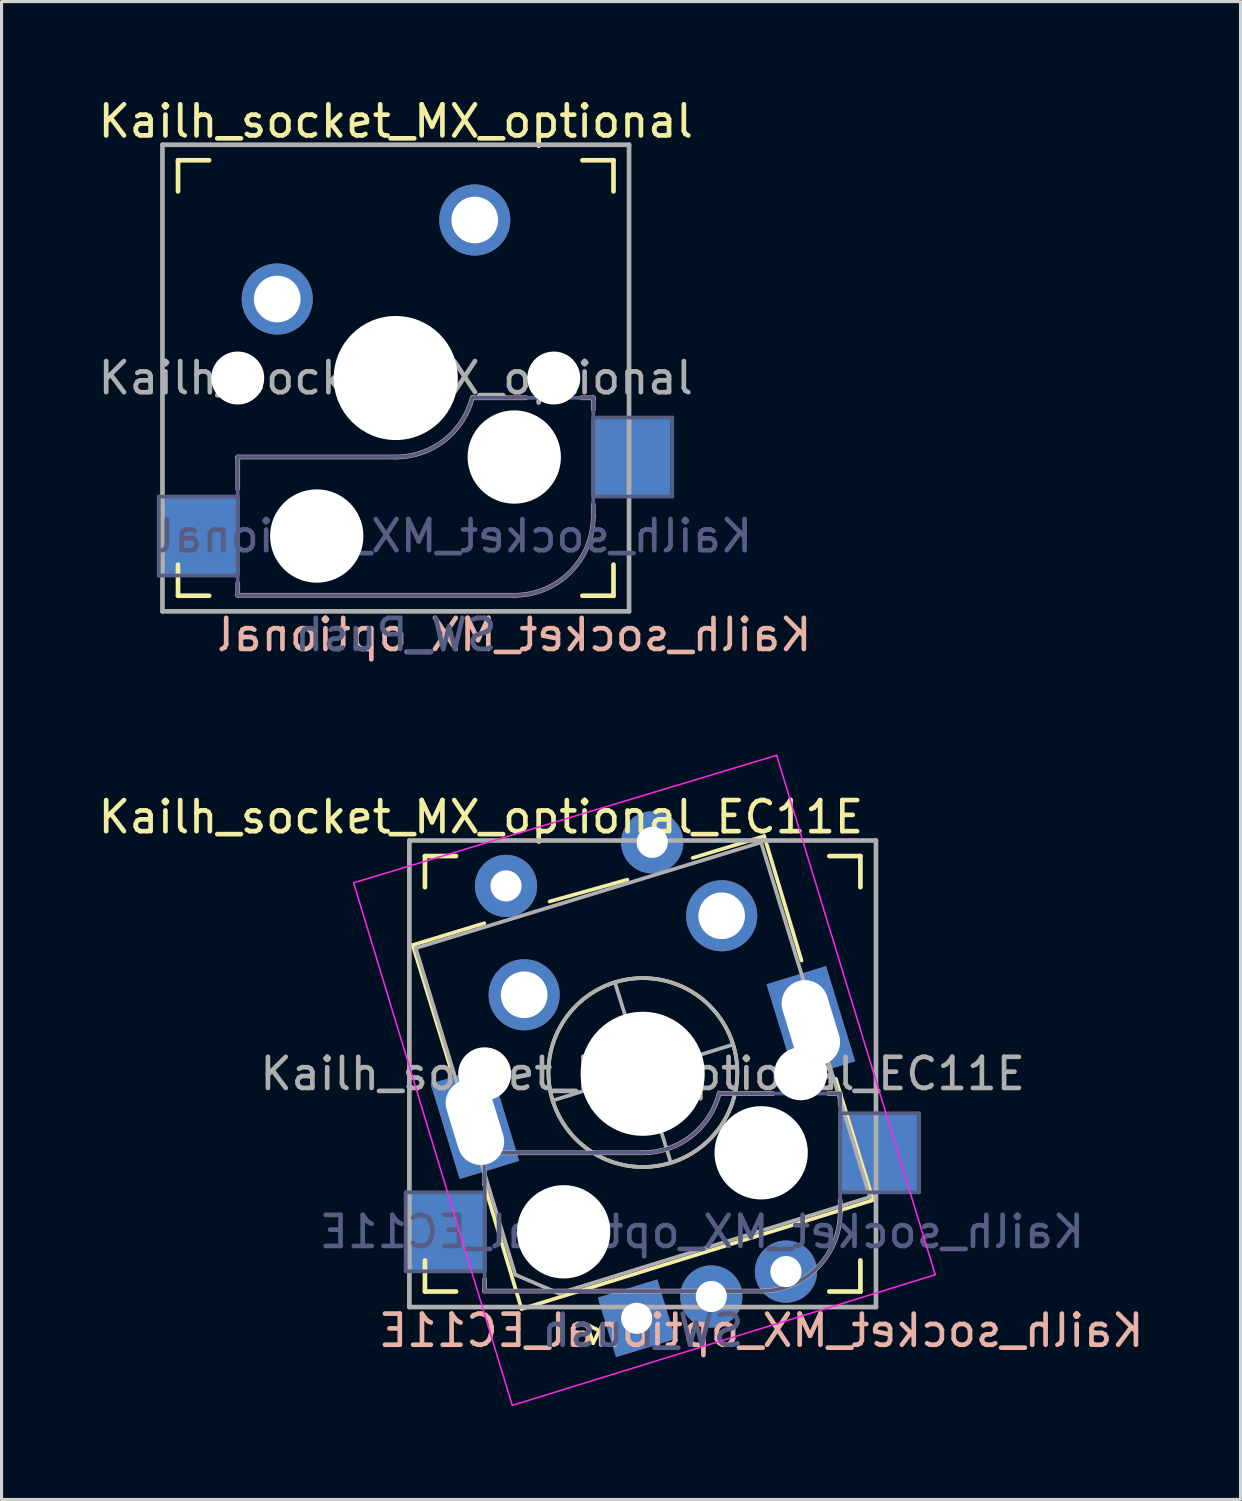
<source format=kicad_pcb>
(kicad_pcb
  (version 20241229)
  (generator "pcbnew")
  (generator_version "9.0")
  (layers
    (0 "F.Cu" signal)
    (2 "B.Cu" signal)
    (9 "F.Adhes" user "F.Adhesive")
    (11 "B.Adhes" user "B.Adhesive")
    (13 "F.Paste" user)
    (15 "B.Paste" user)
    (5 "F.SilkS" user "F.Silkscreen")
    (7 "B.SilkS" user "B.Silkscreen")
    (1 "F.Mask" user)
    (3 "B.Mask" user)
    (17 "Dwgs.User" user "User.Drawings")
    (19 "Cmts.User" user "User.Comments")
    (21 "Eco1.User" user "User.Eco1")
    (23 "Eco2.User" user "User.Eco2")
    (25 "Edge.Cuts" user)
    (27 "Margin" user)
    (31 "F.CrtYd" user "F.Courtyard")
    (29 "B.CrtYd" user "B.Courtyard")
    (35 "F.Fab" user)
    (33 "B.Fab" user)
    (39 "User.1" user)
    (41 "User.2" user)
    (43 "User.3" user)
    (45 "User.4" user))
  (footprint "Kailh_socket_MX_optional_EC11E"
    (layer "F.Cu")
    (at 17.611 31.471)
    (property "Reference" "Kailh_socket_MX_optional_EC11E" (at -5.2 -8.255 0) (layer "F.SilkS") (effects (font (size 1 1) (thickness 0.15))))
    (property "Value" "SW_Push" (at 0 8.255 0) (layer "F.Fab") (hide yes) (effects (font (size 1 1) (thickness 0.15))))
    (attr through_hole)
    (fp_line (start -7.393 -4.14) (end -5.093 -4.84) (stroke (width 0.12) (type solid)) (layer "F.SilkS"))
    (fp_line (start -7 -6) (end -7 -7) (stroke (width 0.15) (type solid)) (layer "F.SilkS"))
    (fp_line (start -7 7) (end -7 6) (stroke (width 0.15) (type solid)) (layer "F.SilkS"))
    (fp_line (start -7 7) (end -6 7) (stroke (width 0.15) (type solid)) (layer "F.SilkS"))
    (fp_line (start -6.193 -0.24) (end -7.393 -4.14) (stroke (width 0.12) (type solid)) (layer "F.SilkS"))
    (fp_line (start -6 -7) (end -7 -7) (stroke (width 0.15) (type solid)) (layer "F.SilkS"))
    (fp_line (start -5.093 3.56) (end -3.893 7.56) (stroke (width 0.12) (type solid)) (layer "F.SilkS"))
    (fp_line (start -3.893 7.56) (end 7.407 4.06) (stroke (width 0.12) (type solid)) (layer "F.SilkS"))
    (fp_line (start -2.993 -5.54) (end -0.493 -6.24) (stroke (width 0.12) (type solid)) (layer "F.SilkS"))
    (fp_line (start -1.793 8.06) (end -1.393 8.26) (stroke (width 0.12) (type solid)) (layer "F.SilkS"))
    (fp_line (start -1.593 8.66) (end -1.793 8.06) (stroke (width 0.12) (type solid)) (layer "F.SilkS"))
    (fp_line (start -1.393 8.26) (end -1.593 8.66) (stroke (width 0.12) (type solid)) (layer "F.SilkS"))
    (fp_line (start -0.493 0.06) (end 0.507 -0.14) (stroke (width 0.12) (type solid)) (layer "F.SilkS"))
    (fp_line (start 0.107 0.46) (end -0.093 -0.54) (stroke (width 0.12) (type solid)) (layer "F.SilkS"))
    (fp_line (start 1.607 -6.94) (end 3.907 -7.64) (stroke (width 0.12) (type solid)) (layer "F.SilkS"))
    (fp_line (start 3.907 -7.64) (end 5.107 -3.64) (stroke (width 0.12) (type solid)) (layer "F.SilkS"))
    (fp_line (start 6 7) (end 7 7) (stroke (width 0.15) (type solid)) (layer "F.SilkS"))
    (fp_line (start 6.207 0.16) (end 7.407 4.06) (stroke (width 0.12) (type solid)) (layer "F.SilkS"))
    (fp_line (start 7 -7) (end 6 -7) (stroke (width 0.15) (type solid)) (layer "F.SilkS"))
    (fp_line (start 7 -7) (end 7 -6) (stroke (width 0.15) (type solid)) (layer "F.SilkS"))
    (fp_line (start 7 6) (end 7 7) (stroke (width 0.15) (type solid)) (layer "F.SilkS"))
    (fp_circle (center 0.007 -0.04) (end -0.893 -2.94) (stroke (width 0.12) (type solid)) (fill no) (layer "F.SilkS"))
    (fp_line (start -5.08 2.54) (end -5.08 3.556) (stroke (width 0.15) (type solid)) (layer "B.SilkS"))
    (fp_line (start -5.08 6.604) (end -5.08 6.985) (stroke (width 0.15) (type solid)) (layer "B.SilkS"))
    (fp_line (start -5.08 6.985) (end 3.81 6.985) (stroke (width 0.15) (type solid)) (layer "B.SilkS"))
    (fp_line (start 0 2.54) (end -5.08 2.54) (stroke (width 0.15) (type solid)) (layer "B.SilkS"))
    (fp_line (start 4.191 0.635) (end 2.54 0.635) (stroke (width 0.15) (type solid)) (layer "B.SilkS"))
    (fp_line (start 6.35 0.635) (end 5.969 0.635) (stroke (width 0.15) (type solid)) (layer "B.SilkS"))
    (fp_line (start 6.35 1.016) (end 6.35 0.635) (stroke (width 0.15) (type solid)) (layer "B.SilkS"))
    (fp_line (start 6.35 4.445) (end 6.35 4.064) (stroke (width 0.15) (type solid)) (layer "B.SilkS"))
    (fp_arc (start 2.464162 0.61604) (mid 1.563147 2.002042) (end 0 2.54) (stroke (width 0.15) (type solid)) (layer "B.SilkS"))
    (fp_arc (start 6.35 4.445) (mid 5.606051 6.241051) (end 3.81 6.985) (stroke (width 0.15) (type solid)) (layer "B.SilkS"))
    (fp_line (start -6.9 6.9) (end -6.9 -6.9) (stroke (width 0.15) (type solid)) (layer "Eco2.User"))
    (fp_line (start -6.9 6.9) (end 6.9 6.9) (stroke (width 0.15) (type solid)) (layer "Eco2.User"))
    (fp_line (start 6.9 -6.9) (end -6.9 -6.9) (stroke (width 0.15) (type solid)) (layer "Eco2.User"))
    (fp_line (start 6.9 -6.9) (end 6.9 6.9) (stroke (width 0.15) (type solid)) (layer "Eco2.User"))
    (fp_line (start -4.193 10.66) (end -9.293 -6.14) (stroke (width 0.05) (type solid)) (layer "F.CrtYd"))
    (fp_line (start -4.193 10.66) (end 9.407 6.46) (stroke (width 0.05) (type solid)) (layer "F.CrtYd"))
    (fp_line (start 4.307 -10.24) (end -9.293 -6.14) (stroke (width 0.05) (type solid)) (layer "F.CrtYd"))
    (fp_line (start 4.307 -10.24) (end 9.407 6.46) (stroke (width 0.05) (type solid)) (layer "F.CrtYd"))
    (fp_line (start -7.62 3.81) (end -7.62 6.35) (stroke (width 0.12) (type solid)) (layer "B.Fab"))
    (fp_line (start -7.62 6.35) (end -5.08 6.35) (stroke (width 0.12) (type solid)) (layer "B.Fab"))
    (fp_line (start -5.08 2.54) (end -5.08 6.985) (stroke (width 0.12) (type solid)) (layer "B.Fab"))
    (fp_line (start -5.08 3.81) (end -7.62 3.81) (stroke (width 0.12) (type solid)) (layer "B.Fab"))
    (fp_line (start -5.08 6.985) (end 3.81 6.985) (stroke (width 0.12) (type solid)) (layer "B.Fab"))
    (fp_line (start 0 2.54) (end -5.08 2.54) (stroke (width 0.12) (type solid)) (layer "B.Fab"))
    (fp_line (start 6.35 0.635) (end 2.54 0.635) (stroke (width 0.12) (type solid)) (layer "B.Fab"))
    (fp_line (start 6.35 3.81) (end 8.89 3.81) (stroke (width 0.12) (type solid)) (layer "B.Fab"))
    (fp_line (start 6.35 4.445) (end 6.35 0.635) (stroke (width 0.12) (type solid)) (layer "B.Fab"))
    (fp_line (start 8.89 1.27) (end 6.35 1.27) (stroke (width 0.12) (type solid)) (layer "B.Fab"))
    (fp_line (start 8.89 3.81) (end 8.89 1.27) (stroke (width 0.12) (type solid)) (layer "B.Fab"))
    (fp_arc (start 2.464162 0.61604) (mid 1.563147 2.002042) (end 0 2.54) (stroke (width 0.12) (type solid)) (layer "B.Fab"))
    (fp_arc (start 6.35 4.445) (mid 5.606051 6.241051) (end 3.81 6.985) (stroke (width 0.12) (type solid)) (layer "B.Fab"))
    (fp_line (start -7.5 -7.5) (end 7.5 -7.5) (stroke (width 0.15) (type solid)) (layer "F.Fab"))
    (fp_line (start -7.5 7.5) (end -7.5 -7.5) (stroke (width 0.15) (type solid)) (layer "F.Fab"))
    (fp_line (start -7.293 -4.04) (end 3.807 -7.44) (stroke (width 0.12) (type solid)) (layer "F.Fab"))
    (fp_line (start -4.093 6.46) (end -7.293 -4.04) (stroke (width 0.12) (type solid)) (layer "F.Fab"))
    (fp_line (start -2.893 0.86) (end 2.907 -0.94) (stroke (width 0.12) (type solid)) (layer "F.Fab"))
    (fp_line (start -2.693 7.06) (end -4.093 6.46) (stroke (width 0.12) (type solid)) (layer "F.Fab"))
    (fp_line (start 0.907 2.86) (end -0.893 -2.94) (stroke (width 0.12) (type solid)) (layer "F.Fab"))
    (fp_line (start 3.807 -7.44) (end 7.307 3.96) (stroke (width 0.12) (type solid)) (layer "F.Fab"))
    (fp_line (start 7.307 3.96) (end -2.693 7.06) (stroke (width 0.12) (type solid)) (layer "F.Fab"))
    (fp_line (start 7.5 -7.5) (end 7.5 7.5) (stroke (width 0.15) (type solid)) (layer "F.Fab"))
    (fp_line (start 7.5 7.5) (end -7.5 7.5) (stroke (width 0.15) (type solid)) (layer "F.Fab"))
    (fp_circle (center 0.007 -0.04) (end -0.893 -2.94) (stroke (width 0.12) (type solid)) (fill no) (layer "F.Fab"))
    (fp_text user "${REFERENCE}" (at 3.81 8.255 0) (layer "B.SilkS") (effects (font (size 1 1) (thickness 0.15)) (justify mirror)))
    (fp_text user "${REFERENCE}" (at 1.905 5.08 0) (layer "B.Fab") (effects (font (size 1 1) (thickness 0.15)) (justify mirror)))
    (fp_text user "${VALUE}" (at 0 8.255 0) (layer "B.Fab") (effects (font (size 1 1) (thickness 0.15)) (justify mirror)))
    (fp_text user "${REFERENCE}" (at 0 0 0) (layer "F.Fab") (effects (font (size 1 1) (thickness 0.15))))
    (pad "" np_thru_hole rect (at -5.393 1.56 107) (size 3.2 2) (drill oval 2.8 1.5) (layers "*.Cu" "*.Mask"))
    (pad "" np_thru_hole circle (at -5.08 0) (size 1.702 1.702) (drill 1.702) (layers "*.Cu" "*.Mask"))
    (pad "" np_thru_hole circle (at -2.54 5.08) (size 3 3) (drill 3) (layers "*.Cu" "*.Mask"))
    (pad "" np_thru_hole circle (at 0 0) (size 3.988 3.988) (drill 3.988) (layers "*.Cu" "*.Mask"))
    (pad "" np_thru_hole circle (at 3.81 2.54) (size 3 3) (drill 3) (layers "*.Cu" "*.Mask"))
    (pad "" np_thru_hole circle (at 5.08 0) (size 1.702 1.702) (drill 1.702) (layers "*.Cu" "*.Mask"))
    (pad "" np_thru_hole rect (at 5.407 -1.64 107) (size 3.2 2) (drill oval 2.8 1.5) (layers "*.Cu" "*.Mask"))
    (pad "A" thru_hole rect (at -0.193 7.86 17) (size 2 2) (drill 1) (layers "*.Cu" "*.Mask"))
    (pad "B" thru_hole circle (at 4.607 6.36) (size 2 2) (drill 1) (layers "*.Cu" "*.Mask"))
    (pad "C" thru_hole circle (at 2.207 7.16) (size 2 2) (drill 1) (layers "*.Cu" "*.Mask"))
    (pad "S1" smd rect (at -6.29 5.08) (size 2.55 2.5) (layers "B.Cu" "B.Mask" "B.Paste"))
    (pad "S1" thru_hole circle (at 0.307 -7.44) (size 2 2) (drill 1) (layers "*.Cu" "*.Mask"))
    (pad "S1" thru_hole circle (at 2.54 -5.08) (size 2.286 2.286) (drill 1.499) (layers "*.Cu" "*.Mask"))
    (pad "S2" thru_hole circle (at -4.393 -6.04) (size 2 2) (drill 1) (layers "*.Cu" "*.Mask"))
    (pad "S2" thru_hole circle (at -3.81 -2.54) (size 2.286 2.286) (drill 1.499) (layers "*.Cu" "*.Mask"))
    (pad "S2" smd rect (at 7.56 2.54) (size 2.55 2.5) (layers "B.Cu" "B.Mask" "B.Paste")))
  (footprint "Kailh_socket_MX_optional"
    (layer "F.Cu")
    (at 9.673 9.103)
    (property "Reference" "Kailh_socket_MX_optional" (at 0 -8.255 0) (layer "F.SilkS") (effects (font (size 1 1) (thickness 0.15))))
    (property "Value" "SW_Push" (at 0 8.255 0) (layer "F.Fab") (hide yes) (effects (font (size 1 1) (thickness 0.15))))
    (attr through_hole)
    (fp_line (start -7 -6) (end -7 -7) (stroke (width 0.15) (type solid)) (layer "F.SilkS"))
    (fp_line (start -7 7) (end -7 6) (stroke (width 0.15) (type solid)) (layer "F.SilkS"))
    (fp_line (start -7 7) (end -6 7) (stroke (width 0.15) (type solid)) (layer "F.SilkS"))
    (fp_line (start -6 -7) (end -7 -7) (stroke (width 0.15) (type solid)) (layer "F.SilkS"))
    (fp_line (start 6 7) (end 7 7) (stroke (width 0.15) (type solid)) (layer "F.SilkS"))
    (fp_line (start 7 -7) (end 6 -7) (stroke (width 0.15) (type solid)) (layer "F.SilkS"))
    (fp_line (start 7 -7) (end 7 -6) (stroke (width 0.15) (type solid)) (layer "F.SilkS"))
    (fp_line (start 7 6) (end 7 7) (stroke (width 0.15) (type solid)) (layer "F.SilkS"))
    (fp_line (start -5.08 2.54) (end -5.08 3.556) (stroke (width 0.15) (type solid)) (layer "B.SilkS"))
    (fp_line (start -5.08 6.604) (end -5.08 6.985) (stroke (width 0.15) (type solid)) (layer "B.SilkS"))
    (fp_line (start -5.08 6.985) (end 3.81 6.985) (stroke (width 0.15) (type solid)) (layer "B.SilkS"))
    (fp_line (start 0 2.54) (end -5.08 2.54) (stroke (width 0.15) (type solid)) (layer "B.SilkS"))
    (fp_line (start 4.191 0.635) (end 2.54 0.635) (stroke (width 0.15) (type solid)) (layer "B.SilkS"))
    (fp_line (start 6.35 0.635) (end 5.969 0.635) (stroke (width 0.15) (type solid)) (layer "B.SilkS"))
    (fp_line (start 6.35 1.016) (end 6.35 0.635) (stroke (width 0.15) (type solid)) (layer "B.SilkS"))
    (fp_line (start 6.35 4.445) (end 6.35 4.064) (stroke (width 0.15) (type solid)) (layer "B.SilkS"))
    (fp_arc (start 2.464162 0.61604) (mid 1.563147 2.002042) (end 0 2.54) (stroke (width 0.15) (type solid)) (layer "B.SilkS"))
    (fp_arc (start 6.35 4.445) (mid 5.606051 6.241051) (end 3.81 6.985) (stroke (width 0.15) (type solid)) (layer "B.SilkS"))
    (fp_line (start -6.9 6.9) (end -6.9 -6.9) (stroke (width 0.15) (type solid)) (layer "Eco2.User"))
    (fp_line (start -6.9 6.9) (end 6.9 6.9) (stroke (width 0.15) (type solid)) (layer "Eco2.User"))
    (fp_line (start 6.9 -6.9) (end -6.9 -6.9) (stroke (width 0.15) (type solid)) (layer "Eco2.User"))
    (fp_line (start 6.9 -6.9) (end 6.9 6.9) (stroke (width 0.15) (type solid)) (layer "Eco2.User"))
    (fp_line (start -7.62 3.81) (end -7.62 6.35) (stroke (width 0.12) (type solid)) (layer "B.Fab"))
    (fp_line (start -7.62 6.35) (end -5.08 6.35) (stroke (width 0.12) (type solid)) (layer "B.Fab"))
    (fp_line (start -5.08 2.54) (end -5.08 6.985) (stroke (width 0.12) (type solid)) (layer "B.Fab"))
    (fp_line (start -5.08 3.81) (end -7.62 3.81) (stroke (width 0.12) (type solid)) (layer "B.Fab"))
    (fp_line (start -5.08 6.985) (end 3.81 6.985) (stroke (width 0.12) (type solid)) (layer "B.Fab"))
    (fp_line (start 0 2.54) (end -5.08 2.54) (stroke (width 0.12) (type solid)) (layer "B.Fab"))
    (fp_line (start 6.35 0.635) (end 2.54 0.635) (stroke (width 0.12) (type solid)) (layer "B.Fab"))
    (fp_line (start 6.35 3.81) (end 8.89 3.81) (stroke (width 0.12) (type solid)) (layer "B.Fab"))
    (fp_line (start 6.35 4.445) (end 6.35 0.635) (stroke (width 0.12) (type solid)) (layer "B.Fab"))
    (fp_line (start 8.89 1.27) (end 6.35 1.27) (stroke (width 0.12) (type solid)) (layer "B.Fab"))
    (fp_line (start 8.89 3.81) (end 8.89 1.27) (stroke (width 0.12) (type solid)) (layer "B.Fab"))
    (fp_arc (start 2.464162 0.61604) (mid 1.563147 2.002042) (end 0 2.54) (stroke (width 0.12) (type solid)) (layer "B.Fab"))
    (fp_arc (start 6.35 4.445) (mid 5.606051 6.241051) (end 3.81 6.985) (stroke (width 0.12) (type solid)) (layer "B.Fab"))
    (fp_line (start -7.5 -7.5) (end 7.5 -7.5) (stroke (width 0.15) (type solid)) (layer "F.Fab"))
    (fp_line (start -7.5 7.5) (end -7.5 -7.5) (stroke (width 0.15) (type solid)) (layer "F.Fab"))
    (fp_line (start 7.5 -7.5) (end 7.5 7.5) (stroke (width 0.15) (type solid)) (layer "F.Fab"))
    (fp_line (start 7.5 7.5) (end -7.5 7.5) (stroke (width 0.15) (type solid)) (layer "F.Fab"))
    (fp_text user "${REFERENCE}" (at 3.81 8.255 0) (layer "B.SilkS") (effects (font (size 1 1) (thickness 0.15)) (justify mirror)))
    (fp_text user "${VALUE}" (at 0 8.255 0) (layer "B.Fab") (effects (font (size 1 1) (thickness 0.15)) (justify mirror)))
    (fp_text user "${REFERENCE}" (at 1.905 5.08 0) (layer "B.Fab") (effects (font (size 1 1) (thickness 0.15)) (justify mirror)))
    (fp_text user "${REFERENCE}" (at 0 0 0) (layer "F.Fab") (effects (font (size 1 1) (thickness 0.15))))
    (pad "" np_thru_hole circle (at -5.08 0) (size 1.702 1.702) (drill 1.702) (layers "*.Cu" "*.Mask"))
    (pad "" np_thru_hole circle (at -2.54 5.08) (size 3 3) (drill 3) (layers "*.Cu" "*.Mask"))
    (pad "" np_thru_hole circle (at 0 0) (size 3.988 3.988) (drill 3.988) (layers "*.Cu" "*.Mask"))
    (pad "" np_thru_hole circle (at 3.81 2.54) (size 3 3) (drill 3) (layers "*.Cu" "*.Mask"))
    (pad "" np_thru_hole circle (at 5.08 0) (size 1.702 1.702) (drill 1.702) (layers "*.Cu" "*.Mask"))
    (pad "1" smd rect (at -6.29 5.08) (size 2.55 2.5) (layers "B.Cu" "B.Mask" "B.Paste"))
    (pad "1" thru_hole circle (at 2.54 -5.08) (size 2.286 2.286) (drill 1.499) (layers "*.Cu" "*.Mask"))
    (pad "2" thru_hole circle (at -3.81 -2.54) (size 2.286 2.286) (drill 1.499) (layers "*.Cu" "*.Mask"))
    (pad "2" smd rect (at 7.56 2.54) (size 2.55 2.5) (layers "B.Cu" "B.Mask" "B.Paste")))
  (gr_rect
    (start -3 -3)
    (end 36.831 45.157)
    (stroke (width 0.1) (type default))
    (fill no)
    (layer "Edge.Cuts")))
</source>
